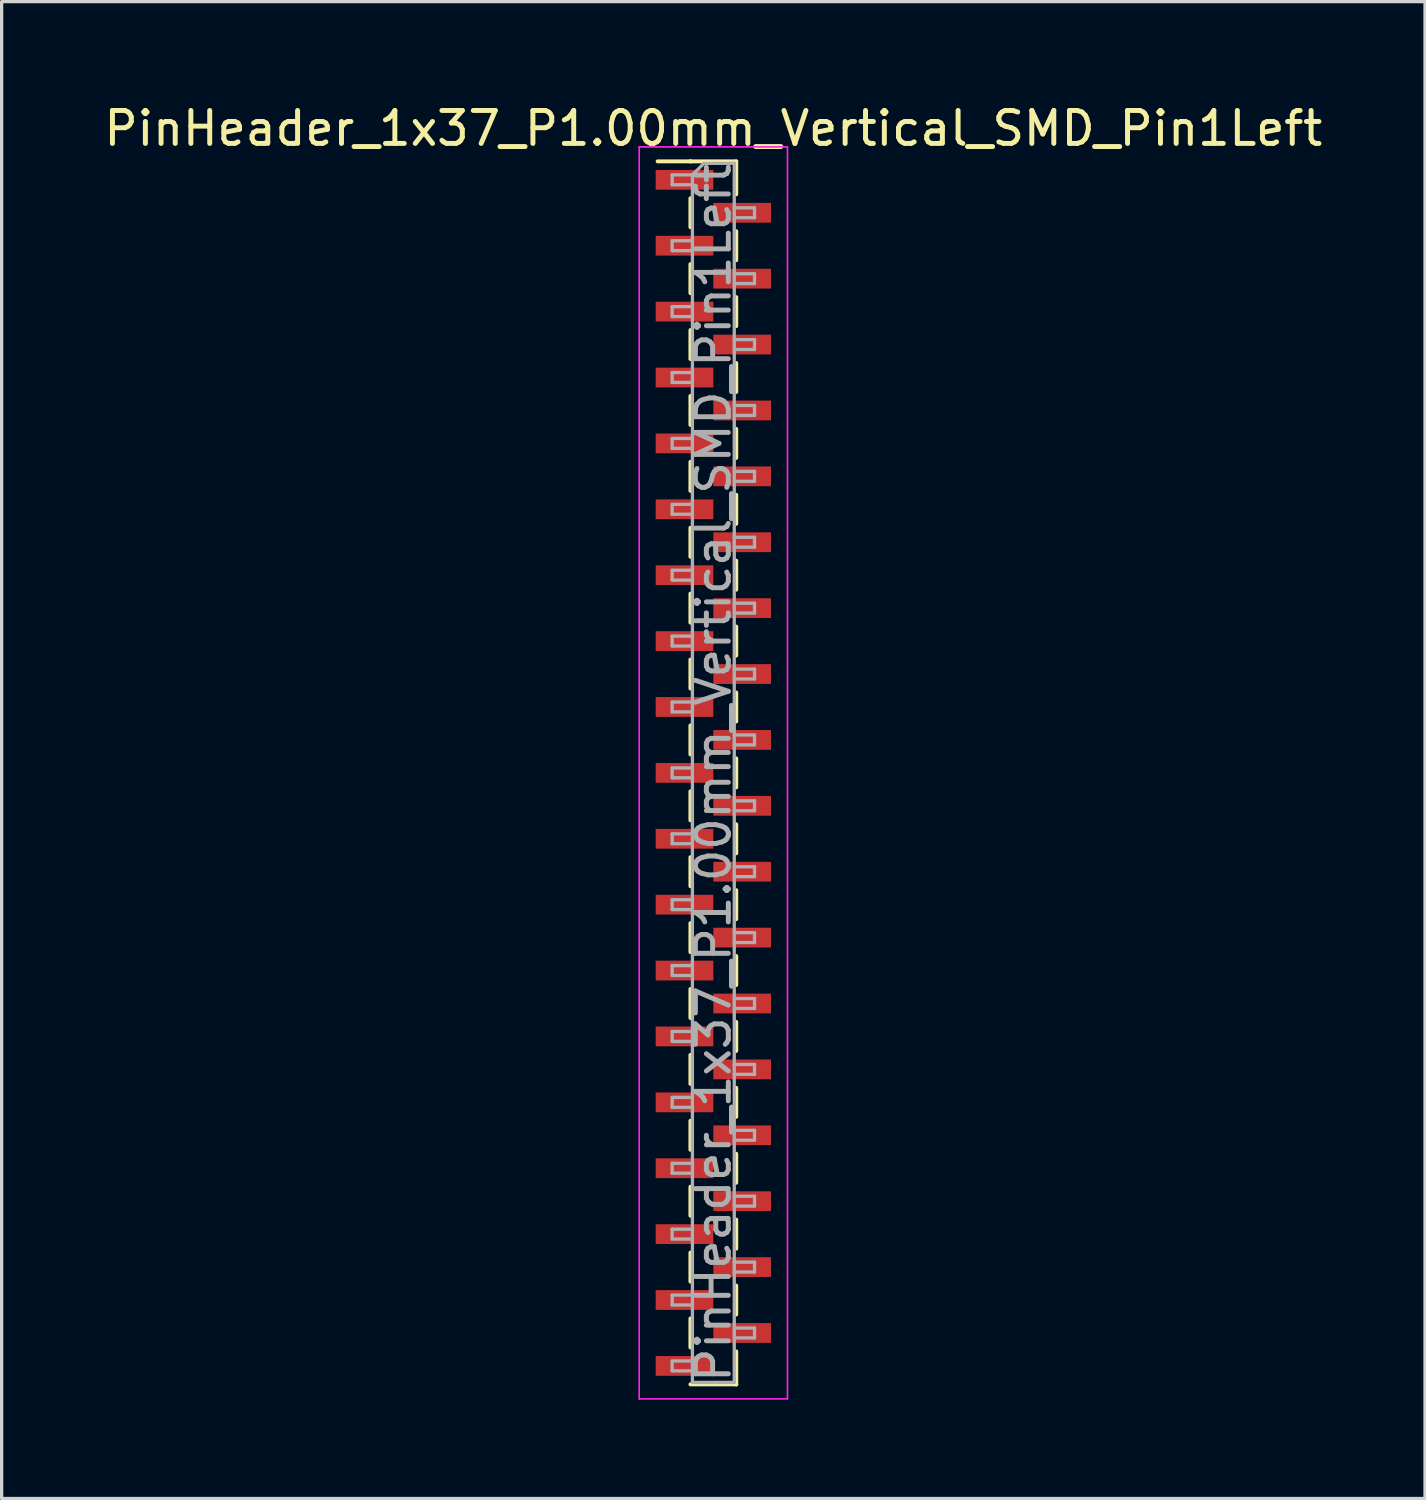
<source format=kicad_pcb>
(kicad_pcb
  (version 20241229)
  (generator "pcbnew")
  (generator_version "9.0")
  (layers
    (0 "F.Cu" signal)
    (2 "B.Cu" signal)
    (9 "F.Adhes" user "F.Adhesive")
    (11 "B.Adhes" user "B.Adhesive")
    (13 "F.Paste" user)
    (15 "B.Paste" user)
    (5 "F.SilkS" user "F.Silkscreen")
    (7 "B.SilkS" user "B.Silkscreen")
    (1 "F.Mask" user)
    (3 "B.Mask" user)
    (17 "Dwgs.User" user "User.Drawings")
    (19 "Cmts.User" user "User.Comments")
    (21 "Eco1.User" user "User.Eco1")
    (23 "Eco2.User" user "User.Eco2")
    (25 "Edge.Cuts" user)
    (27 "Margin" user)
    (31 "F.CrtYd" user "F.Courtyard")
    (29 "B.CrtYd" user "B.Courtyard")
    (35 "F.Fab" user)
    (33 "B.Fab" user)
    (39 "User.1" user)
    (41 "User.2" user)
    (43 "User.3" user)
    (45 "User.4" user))
  (footprint "PinHeader_1x37_P1.00mm_Vertical_SMD_Pin1Left"
    (layer "F.Cu")
    (at 18.601 20.408)
    (property "Reference" "PinHeader_1x37_P1.00mm_Vertical_SMD_Pin1Left" (at 0 -19.56 0) (layer "F.SilkS") (effects (font (size 1 1) (thickness 0.15))))
    (attr smd)
    (fp_line (start -0.695 -18.56) (end -1.69 -18.56) (stroke (width 0.12) (type solid)) (layer "F.SilkS"))
    (fp_line (start -0.695 -18.56) (end -0.695 -18.56) (stroke (width 0.12) (type solid)) (layer "F.SilkS"))
    (fp_line (start -0.695 -18.56) (end 0.695 -18.56) (stroke (width 0.12) (type solid)) (layer "F.SilkS"))
    (fp_line (start -0.695 -17.44) (end -0.695 -16.56) (stroke (width 0.12) (type solid)) (layer "F.SilkS"))
    (fp_line (start -0.695 -15.44) (end -0.695 -14.56) (stroke (width 0.12) (type solid)) (layer "F.SilkS"))
    (fp_line (start -0.695 -13.44) (end -0.695 -12.56) (stroke (width 0.12) (type solid)) (layer "F.SilkS"))
    (fp_line (start -0.695 -11.44) (end -0.695 -10.56) (stroke (width 0.12) (type solid)) (layer "F.SilkS"))
    (fp_line (start -0.695 -9.44) (end -0.695 -8.56) (stroke (width 0.12) (type solid)) (layer "F.SilkS"))
    (fp_line (start -0.695 -7.44) (end -0.695 -6.56) (stroke (width 0.12) (type solid)) (layer "F.SilkS"))
    (fp_line (start -0.695 -5.44) (end -0.695 -4.56) (stroke (width 0.12) (type solid)) (layer "F.SilkS"))
    (fp_line (start -0.695 -3.44) (end -0.695 -2.56) (stroke (width 0.12) (type solid)) (layer "F.SilkS"))
    (fp_line (start -0.695 -1.44) (end -0.695 -0.56) (stroke (width 0.12) (type solid)) (layer "F.SilkS"))
    (fp_line (start -0.695 0.56) (end -0.695 1.44) (stroke (width 0.12) (type solid)) (layer "F.SilkS"))
    (fp_line (start -0.695 2.56) (end -0.695 3.44) (stroke (width 0.12) (type solid)) (layer "F.SilkS"))
    (fp_line (start -0.695 4.56) (end -0.695 5.44) (stroke (width 0.12) (type solid)) (layer "F.SilkS"))
    (fp_line (start -0.695 6.56) (end -0.695 7.44) (stroke (width 0.12) (type solid)) (layer "F.SilkS"))
    (fp_line (start -0.695 8.56) (end -0.695 9.44) (stroke (width 0.12) (type solid)) (layer "F.SilkS"))
    (fp_line (start -0.695 10.56) (end -0.695 11.44) (stroke (width 0.12) (type solid)) (layer "F.SilkS"))
    (fp_line (start -0.695 12.56) (end -0.695 13.44) (stroke (width 0.12) (type solid)) (layer "F.SilkS"))
    (fp_line (start -0.695 14.56) (end -0.695 15.44) (stroke (width 0.12) (type solid)) (layer "F.SilkS"))
    (fp_line (start -0.695 16.56) (end -0.695 17.44) (stroke (width 0.12) (type solid)) (layer "F.SilkS"))
    (fp_line (start -0.695 18.56) (end 0.695 18.56) (stroke (width 0.12) (type solid)) (layer "F.SilkS"))
    (fp_line (start 0.695 -18.56) (end 0.695 -17.56) (stroke (width 0.12) (type solid)) (layer "F.SilkS"))
    (fp_line (start 0.695 -16.44) (end 0.695 -15.56) (stroke (width 0.12) (type solid)) (layer "F.SilkS"))
    (fp_line (start 0.695 -14.44) (end 0.695 -13.56) (stroke (width 0.12) (type solid)) (layer "F.SilkS"))
    (fp_line (start 0.695 -12.44) (end 0.695 -11.56) (stroke (width 0.12) (type solid)) (layer "F.SilkS"))
    (fp_line (start 0.695 -10.44) (end 0.695 -9.56) (stroke (width 0.12) (type solid)) (layer "F.SilkS"))
    (fp_line (start 0.695 -8.44) (end 0.695 -7.56) (stroke (width 0.12) (type solid)) (layer "F.SilkS"))
    (fp_line (start 0.695 -6.44) (end 0.695 -5.56) (stroke (width 0.12) (type solid)) (layer "F.SilkS"))
    (fp_line (start 0.695 -4.44) (end 0.695 -3.56) (stroke (width 0.12) (type solid)) (layer "F.SilkS"))
    (fp_line (start 0.695 -2.44) (end 0.695 -1.56) (stroke (width 0.12) (type solid)) (layer "F.SilkS"))
    (fp_line (start 0.695 -0.44) (end 0.695 0.44) (stroke (width 0.12) (type solid)) (layer "F.SilkS"))
    (fp_line (start 0.695 1.56) (end 0.695 2.44) (stroke (width 0.12) (type solid)) (layer "F.SilkS"))
    (fp_line (start 0.695 3.56) (end 0.695 4.44) (stroke (width 0.12) (type solid)) (layer "F.SilkS"))
    (fp_line (start 0.695 5.56) (end 0.695 6.44) (stroke (width 0.12) (type solid)) (layer "F.SilkS"))
    (fp_line (start 0.695 7.56) (end 0.695 8.44) (stroke (width 0.12) (type solid)) (layer "F.SilkS"))
    (fp_line (start 0.695 9.56) (end 0.695 10.44) (stroke (width 0.12) (type solid)) (layer "F.SilkS"))
    (fp_line (start 0.695 11.56) (end 0.695 12.44) (stroke (width 0.12) (type solid)) (layer "F.SilkS"))
    (fp_line (start 0.695 13.56) (end 0.695 14.44) (stroke (width 0.12) (type solid)) (layer "F.SilkS"))
    (fp_line (start 0.695 15.56) (end 0.695 16.44) (stroke (width 0.12) (type solid)) (layer "F.SilkS"))
    (fp_line (start 0.695 17.56) (end 0.695 18.56) (stroke (width 0.12) (type solid)) (layer "F.SilkS"))
    (fp_line (start 0.695 18.56) (end 0.695 18.56) (stroke (width 0.12) (type solid)) (layer "F.SilkS"))
    (fp_line (start -2.25 -19) (end -2.25 19) (stroke (width 0.05) (type solid)) (layer "F.CrtYd"))
    (fp_line (start -2.25 19) (end 2.25 19) (stroke (width 0.05) (type solid)) (layer "F.CrtYd"))
    (fp_line (start 2.25 -19) (end -2.25 -19) (stroke (width 0.05) (type solid)) (layer "F.CrtYd"))
    (fp_line (start 2.25 19) (end 2.25 -19) (stroke (width 0.05) (type solid)) (layer "F.CrtYd"))
    (fp_line (start -1.25 -18.15) (end -1.25 -17.85) (stroke (width 0.1) (type solid)) (layer "F.Fab"))
    (fp_line (start -1.25 -17.85) (end -0.635 -17.85) (stroke (width 0.1) (type solid)) (layer "F.Fab"))
    (fp_line (start -1.25 -16.15) (end -1.25 -15.85) (stroke (width 0.1) (type solid)) (layer "F.Fab"))
    (fp_line (start -1.25 -15.85) (end -0.635 -15.85) (stroke (width 0.1) (type solid)) (layer "F.Fab"))
    (fp_line (start -1.25 -14.15) (end -1.25 -13.85) (stroke (width 0.1) (type solid)) (layer "F.Fab"))
    (fp_line (start -1.25 -13.85) (end -0.635 -13.85) (stroke (width 0.1) (type solid)) (layer "F.Fab"))
    (fp_line (start -1.25 -12.15) (end -1.25 -11.85) (stroke (width 0.1) (type solid)) (layer "F.Fab"))
    (fp_line (start -1.25 -11.85) (end -0.635 -11.85) (stroke (width 0.1) (type solid)) (layer "F.Fab"))
    (fp_line (start -1.25 -10.15) (end -1.25 -9.85) (stroke (width 0.1) (type solid)) (layer "F.Fab"))
    (fp_line (start -1.25 -9.85) (end -0.635 -9.85) (stroke (width 0.1) (type solid)) (layer "F.Fab"))
    (fp_line (start -1.25 -8.15) (end -1.25 -7.85) (stroke (width 0.1) (type solid)) (layer "F.Fab"))
    (fp_line (start -1.25 -7.85) (end -0.635 -7.85) (stroke (width 0.1) (type solid)) (layer "F.Fab"))
    (fp_line (start -1.25 -6.15) (end -1.25 -5.85) (stroke (width 0.1) (type solid)) (layer "F.Fab"))
    (fp_line (start -1.25 -5.85) (end -0.635 -5.85) (stroke (width 0.1) (type solid)) (layer "F.Fab"))
    (fp_line (start -1.25 -4.15) (end -1.25 -3.85) (stroke (width 0.1) (type solid)) (layer "F.Fab"))
    (fp_line (start -1.25 -3.85) (end -0.635 -3.85) (stroke (width 0.1) (type solid)) (layer "F.Fab"))
    (fp_line (start -1.25 -2.15) (end -1.25 -1.85) (stroke (width 0.1) (type solid)) (layer "F.Fab"))
    (fp_line (start -1.25 -1.85) (end -0.635 -1.85) (stroke (width 0.1) (type solid)) (layer "F.Fab"))
    (fp_line (start -1.25 -0.15) (end -1.25 0.15) (stroke (width 0.1) (type solid)) (layer "F.Fab"))
    (fp_line (start -1.25 0.15) (end -0.635 0.15) (stroke (width 0.1) (type solid)) (layer "F.Fab"))
    (fp_line (start -1.25 1.85) (end -1.25 2.15) (stroke (width 0.1) (type solid)) (layer "F.Fab"))
    (fp_line (start -1.25 2.15) (end -0.635 2.15) (stroke (width 0.1) (type solid)) (layer "F.Fab"))
    (fp_line (start -1.25 3.85) (end -1.25 4.15) (stroke (width 0.1) (type solid)) (layer "F.Fab"))
    (fp_line (start -1.25 4.15) (end -0.635 4.15) (stroke (width 0.1) (type solid)) (layer "F.Fab"))
    (fp_line (start -1.25 5.85) (end -1.25 6.15) (stroke (width 0.1) (type solid)) (layer "F.Fab"))
    (fp_line (start -1.25 6.15) (end -0.635 6.15) (stroke (width 0.1) (type solid)) (layer "F.Fab"))
    (fp_line (start -1.25 7.85) (end -1.25 8.15) (stroke (width 0.1) (type solid)) (layer "F.Fab"))
    (fp_line (start -1.25 8.15) (end -0.635 8.15) (stroke (width 0.1) (type solid)) (layer "F.Fab"))
    (fp_line (start -1.25 9.85) (end -1.25 10.15) (stroke (width 0.1) (type solid)) (layer "F.Fab"))
    (fp_line (start -1.25 10.15) (end -0.635 10.15) (stroke (width 0.1) (type solid)) (layer "F.Fab"))
    (fp_line (start -1.25 11.85) (end -1.25 12.15) (stroke (width 0.1) (type solid)) (layer "F.Fab"))
    (fp_line (start -1.25 12.15) (end -0.635 12.15) (stroke (width 0.1) (type solid)) (layer "F.Fab"))
    (fp_line (start -1.25 13.85) (end -1.25 14.15) (stroke (width 0.1) (type solid)) (layer "F.Fab"))
    (fp_line (start -1.25 14.15) (end -0.635 14.15) (stroke (width 0.1) (type solid)) (layer "F.Fab"))
    (fp_line (start -1.25 15.85) (end -1.25 16.15) (stroke (width 0.1) (type solid)) (layer "F.Fab"))
    (fp_line (start -1.25 16.15) (end -0.635 16.15) (stroke (width 0.1) (type solid)) (layer "F.Fab"))
    (fp_line (start -1.25 17.85) (end -1.25 18.15) (stroke (width 0.1) (type solid)) (layer "F.Fab"))
    (fp_line (start -1.25 18.15) (end -0.635 18.15) (stroke (width 0.1) (type solid)) (layer "F.Fab"))
    (fp_line (start -0.635 -18.15) (end -1.25 -18.15) (stroke (width 0.1) (type solid)) (layer "F.Fab"))
    (fp_line (start -0.635 -18.15) (end -0.285 -18.5) (stroke (width 0.1) (type solid)) (layer "F.Fab"))
    (fp_line (start -0.635 -16.15) (end -1.25 -16.15) (stroke (width 0.1) (type solid)) (layer "F.Fab"))
    (fp_line (start -0.635 -14.15) (end -1.25 -14.15) (stroke (width 0.1) (type solid)) (layer "F.Fab"))
    (fp_line (start -0.635 -12.15) (end -1.25 -12.15) (stroke (width 0.1) (type solid)) (layer "F.Fab"))
    (fp_line (start -0.635 -10.15) (end -1.25 -10.15) (stroke (width 0.1) (type solid)) (layer "F.Fab"))
    (fp_line (start -0.635 -8.15) (end -1.25 -8.15) (stroke (width 0.1) (type solid)) (layer "F.Fab"))
    (fp_line (start -0.635 -6.15) (end -1.25 -6.15) (stroke (width 0.1) (type solid)) (layer "F.Fab"))
    (fp_line (start -0.635 -4.15) (end -1.25 -4.15) (stroke (width 0.1) (type solid)) (layer "F.Fab"))
    (fp_line (start -0.635 -2.15) (end -1.25 -2.15) (stroke (width 0.1) (type solid)) (layer "F.Fab"))
    (fp_line (start -0.635 -0.15) (end -1.25 -0.15) (stroke (width 0.1) (type solid)) (layer "F.Fab"))
    (fp_line (start -0.635 1.85) (end -1.25 1.85) (stroke (width 0.1) (type solid)) (layer "F.Fab"))
    (fp_line (start -0.635 3.85) (end -1.25 3.85) (stroke (width 0.1) (type solid)) (layer "F.Fab"))
    (fp_line (start -0.635 5.85) (end -1.25 5.85) (stroke (width 0.1) (type solid)) (layer "F.Fab"))
    (fp_line (start -0.635 7.85) (end -1.25 7.85) (stroke (width 0.1) (type solid)) (layer "F.Fab"))
    (fp_line (start -0.635 9.85) (end -1.25 9.85) (stroke (width 0.1) (type solid)) (layer "F.Fab"))
    (fp_line (start -0.635 11.85) (end -1.25 11.85) (stroke (width 0.1) (type solid)) (layer "F.Fab"))
    (fp_line (start -0.635 13.85) (end -1.25 13.85) (stroke (width 0.1) (type solid)) (layer "F.Fab"))
    (fp_line (start -0.635 15.85) (end -1.25 15.85) (stroke (width 0.1) (type solid)) (layer "F.Fab"))
    (fp_line (start -0.635 17.85) (end -1.25 17.85) (stroke (width 0.1) (type solid)) (layer "F.Fab"))
    (fp_line (start -0.635 18.5) (end -0.635 -18.15) (stroke (width 0.1) (type solid)) (layer "F.Fab"))
    (fp_line (start -0.285 -18.5) (end 0.635 -18.5) (stroke (width 0.1) (type solid)) (layer "F.Fab"))
    (fp_line (start 0.635 -18.5) (end 0.635 18.5) (stroke (width 0.1) (type solid)) (layer "F.Fab"))
    (fp_line (start 0.635 -17.15) (end 1.25 -17.15) (stroke (width 0.1) (type solid)) (layer "F.Fab"))
    (fp_line (start 0.635 -15.15) (end 1.25 -15.15) (stroke (width 0.1) (type solid)) (layer "F.Fab"))
    (fp_line (start 0.635 -13.15) (end 1.25 -13.15) (stroke (width 0.1) (type solid)) (layer "F.Fab"))
    (fp_line (start 0.635 -11.15) (end 1.25 -11.15) (stroke (width 0.1) (type solid)) (layer "F.Fab"))
    (fp_line (start 0.635 -9.15) (end 1.25 -9.15) (stroke (width 0.1) (type solid)) (layer "F.Fab"))
    (fp_line (start 0.635 -7.15) (end 1.25 -7.15) (stroke (width 0.1) (type solid)) (layer "F.Fab"))
    (fp_line (start 0.635 -5.15) (end 1.25 -5.15) (stroke (width 0.1) (type solid)) (layer "F.Fab"))
    (fp_line (start 0.635 -3.15) (end 1.25 -3.15) (stroke (width 0.1) (type solid)) (layer "F.Fab"))
    (fp_line (start 0.635 -1.15) (end 1.25 -1.15) (stroke (width 0.1) (type solid)) (layer "F.Fab"))
    (fp_line (start 0.635 0.85) (end 1.25 0.85) (stroke (width 0.1) (type solid)) (layer "F.Fab"))
    (fp_line (start 0.635 2.85) (end 1.25 2.85) (stroke (width 0.1) (type solid)) (layer "F.Fab"))
    (fp_line (start 0.635 4.85) (end 1.25 4.85) (stroke (width 0.1) (type solid)) (layer "F.Fab"))
    (fp_line (start 0.635 6.85) (end 1.25 6.85) (stroke (width 0.1) (type solid)) (layer "F.Fab"))
    (fp_line (start 0.635 8.85) (end 1.25 8.85) (stroke (width 0.1) (type solid)) (layer "F.Fab"))
    (fp_line (start 0.635 10.85) (end 1.25 10.85) (stroke (width 0.1) (type solid)) (layer "F.Fab"))
    (fp_line (start 0.635 12.85) (end 1.25 12.85) (stroke (width 0.1) (type solid)) (layer "F.Fab"))
    (fp_line (start 0.635 14.85) (end 1.25 14.85) (stroke (width 0.1) (type solid)) (layer "F.Fab"))
    (fp_line (start 0.635 16.85) (end 1.25 16.85) (stroke (width 0.1) (type solid)) (layer "F.Fab"))
    (fp_line (start 0.635 18.5) (end -0.635 18.5) (stroke (width 0.1) (type solid)) (layer "F.Fab"))
    (fp_line (start 1.25 -17.15) (end 1.25 -16.85) (stroke (width 0.1) (type solid)) (layer "F.Fab"))
    (fp_line (start 1.25 -16.85) (end 0.635 -16.85) (stroke (width 0.1) (type solid)) (layer "F.Fab"))
    (fp_line (start 1.25 -15.15) (end 1.25 -14.85) (stroke (width 0.1) (type solid)) (layer "F.Fab"))
    (fp_line (start 1.25 -14.85) (end 0.635 -14.85) (stroke (width 0.1) (type solid)) (layer "F.Fab"))
    (fp_line (start 1.25 -13.15) (end 1.25 -12.85) (stroke (width 0.1) (type solid)) (layer "F.Fab"))
    (fp_line (start 1.25 -12.85) (end 0.635 -12.85) (stroke (width 0.1) (type solid)) (layer "F.Fab"))
    (fp_line (start 1.25 -11.15) (end 1.25 -10.85) (stroke (width 0.1) (type solid)) (layer "F.Fab"))
    (fp_line (start 1.25 -10.85) (end 0.635 -10.85) (stroke (width 0.1) (type solid)) (layer "F.Fab"))
    (fp_line (start 1.25 -9.15) (end 1.25 -8.85) (stroke (width 0.1) (type solid)) (layer "F.Fab"))
    (fp_line (start 1.25 -8.85) (end 0.635 -8.85) (stroke (width 0.1) (type solid)) (layer "F.Fab"))
    (fp_line (start 1.25 -7.15) (end 1.25 -6.85) (stroke (width 0.1) (type solid)) (layer "F.Fab"))
    (fp_line (start 1.25 -6.85) (end 0.635 -6.85) (stroke (width 0.1) (type solid)) (layer "F.Fab"))
    (fp_line (start 1.25 -5.15) (end 1.25 -4.85) (stroke (width 0.1) (type solid)) (layer "F.Fab"))
    (fp_line (start 1.25 -4.85) (end 0.635 -4.85) (stroke (width 0.1) (type solid)) (layer "F.Fab"))
    (fp_line (start 1.25 -3.15) (end 1.25 -2.85) (stroke (width 0.1) (type solid)) (layer "F.Fab"))
    (fp_line (start 1.25 -2.85) (end 0.635 -2.85) (stroke (width 0.1) (type solid)) (layer "F.Fab"))
    (fp_line (start 1.25 -1.15) (end 1.25 -0.85) (stroke (width 0.1) (type solid)) (layer "F.Fab"))
    (fp_line (start 1.25 -0.85) (end 0.635 -0.85) (stroke (width 0.1) (type solid)) (layer "F.Fab"))
    (fp_line (start 1.25 0.85) (end 1.25 1.15) (stroke (width 0.1) (type solid)) (layer "F.Fab"))
    (fp_line (start 1.25 1.15) (end 0.635 1.15) (stroke (width 0.1) (type solid)) (layer "F.Fab"))
    (fp_line (start 1.25 2.85) (end 1.25 3.15) (stroke (width 0.1) (type solid)) (layer "F.Fab"))
    (fp_line (start 1.25 3.15) (end 0.635 3.15) (stroke (width 0.1) (type solid)) (layer "F.Fab"))
    (fp_line (start 1.25 4.85) (end 1.25 5.15) (stroke (width 0.1) (type solid)) (layer "F.Fab"))
    (fp_line (start 1.25 5.15) (end 0.635 5.15) (stroke (width 0.1) (type solid)) (layer "F.Fab"))
    (fp_line (start 1.25 6.85) (end 1.25 7.15) (stroke (width 0.1) (type solid)) (layer "F.Fab"))
    (fp_line (start 1.25 7.15) (end 0.635 7.15) (stroke (width 0.1) (type solid)) (layer "F.Fab"))
    (fp_line (start 1.25 8.85) (end 1.25 9.15) (stroke (width 0.1) (type solid)) (layer "F.Fab"))
    (fp_line (start 1.25 9.15) (end 0.635 9.15) (stroke (width 0.1) (type solid)) (layer "F.Fab"))
    (fp_line (start 1.25 10.85) (end 1.25 11.15) (stroke (width 0.1) (type solid)) (layer "F.Fab"))
    (fp_line (start 1.25 11.15) (end 0.635 11.15) (stroke (width 0.1) (type solid)) (layer "F.Fab"))
    (fp_line (start 1.25 12.85) (end 1.25 13.15) (stroke (width 0.1) (type solid)) (layer "F.Fab"))
    (fp_line (start 1.25 13.15) (end 0.635 13.15) (stroke (width 0.1) (type solid)) (layer "F.Fab"))
    (fp_line (start 1.25 14.85) (end 1.25 15.15) (stroke (width 0.1) (type solid)) (layer "F.Fab"))
    (fp_line (start 1.25 15.15) (end 0.635 15.15) (stroke (width 0.1) (type solid)) (layer "F.Fab"))
    (fp_line (start 1.25 16.85) (end 1.25 17.15) (stroke (width 0.1) (type solid)) (layer "F.Fab"))
    (fp_line (start 1.25 17.15) (end 0.635 17.15) (stroke (width 0.1) (type solid)) (layer "F.Fab"))
    (fp_text user "${REFERENCE}" (at 0 0 90) (layer "F.Fab") (effects (font (size 1 1) (thickness 0.15))))
    (pad "1" smd rect (at -0.875 -18) (size 1.75 0.6) (layers "F.Cu" "F.Mask" "F.Paste"))
    (pad "2" smd rect (at 0.875 -17) (size 1.75 0.6) (layers "F.Cu" "F.Mask" "F.Paste"))
    (pad "3" smd rect (at -0.875 -16) (size 1.75 0.6) (layers "F.Cu" "F.Mask" "F.Paste"))
    (pad "4" smd rect (at 0.875 -15) (size 1.75 0.6) (layers "F.Cu" "F.Mask" "F.Paste"))
    (pad "5" smd rect (at -0.875 -14) (size 1.75 0.6) (layers "F.Cu" "F.Mask" "F.Paste"))
    (pad "6" smd rect (at 0.875 -13) (size 1.75 0.6) (layers "F.Cu" "F.Mask" "F.Paste"))
    (pad "7" smd rect (at -0.875 -12) (size 1.75 0.6) (layers "F.Cu" "F.Mask" "F.Paste"))
    (pad "8" smd rect (at 0.875 -11) (size 1.75 0.6) (layers "F.Cu" "F.Mask" "F.Paste"))
    (pad "9" smd rect (at -0.875 -10) (size 1.75 0.6) (layers "F.Cu" "F.Mask" "F.Paste"))
    (pad "10" smd rect (at 0.875 -9) (size 1.75 0.6) (layers "F.Cu" "F.Mask" "F.Paste"))
    (pad "11" smd rect (at -0.875 -8) (size 1.75 0.6) (layers "F.Cu" "F.Mask" "F.Paste"))
    (pad "12" smd rect (at 0.875 -7) (size 1.75 0.6) (layers "F.Cu" "F.Mask" "F.Paste"))
    (pad "13" smd rect (at -0.875 -6) (size 1.75 0.6) (layers "F.Cu" "F.Mask" "F.Paste"))
    (pad "14" smd rect (at 0.875 -5) (size 1.75 0.6) (layers "F.Cu" "F.Mask" "F.Paste"))
    (pad "15" smd rect (at -0.875 -4) (size 1.75 0.6) (layers "F.Cu" "F.Mask" "F.Paste"))
    (pad "16" smd rect (at 0.875 -3) (size 1.75 0.6) (layers "F.Cu" "F.Mask" "F.Paste"))
    (pad "17" smd rect (at -0.875 -2) (size 1.75 0.6) (layers "F.Cu" "F.Mask" "F.Paste"))
    (pad "18" smd rect (at 0.875 -1) (size 1.75 0.6) (layers "F.Cu" "F.Mask" "F.Paste"))
    (pad "19" smd rect (at -0.875 0) (size 1.75 0.6) (layers "F.Cu" "F.Mask" "F.Paste"))
    (pad "20" smd rect (at 0.875 1) (size 1.75 0.6) (layers "F.Cu" "F.Mask" "F.Paste"))
    (pad "21" smd rect (at -0.875 2) (size 1.75 0.6) (layers "F.Cu" "F.Mask" "F.Paste"))
    (pad "22" smd rect (at 0.875 3) (size 1.75 0.6) (layers "F.Cu" "F.Mask" "F.Paste"))
    (pad "23" smd rect (at -0.875 4) (size 1.75 0.6) (layers "F.Cu" "F.Mask" "F.Paste"))
    (pad "24" smd rect (at 0.875 5) (size 1.75 0.6) (layers "F.Cu" "F.Mask" "F.Paste"))
    (pad "25" smd rect (at -0.875 6) (size 1.75 0.6) (layers "F.Cu" "F.Mask" "F.Paste"))
    (pad "26" smd rect (at 0.875 7) (size 1.75 0.6) (layers "F.Cu" "F.Mask" "F.Paste"))
    (pad "27" smd rect (at -0.875 8) (size 1.75 0.6) (layers "F.Cu" "F.Mask" "F.Paste"))
    (pad "28" smd rect (at 0.875 9) (size 1.75 0.6) (layers "F.Cu" "F.Mask" "F.Paste"))
    (pad "29" smd rect (at -0.875 10) (size 1.75 0.6) (layers "F.Cu" "F.Mask" "F.Paste"))
    (pad "30" smd rect (at 0.875 11) (size 1.75 0.6) (layers "F.Cu" "F.Mask" "F.Paste"))
    (pad "31" smd rect (at -0.875 12) (size 1.75 0.6) (layers "F.Cu" "F.Mask" "F.Paste"))
    (pad "32" smd rect (at 0.875 13) (size 1.75 0.6) (layers "F.Cu" "F.Mask" "F.Paste"))
    (pad "33" smd rect (at -0.875 14) (size 1.75 0.6) (layers "F.Cu" "F.Mask" "F.Paste"))
    (pad "34" smd rect (at 0.875 15) (size 1.75 0.6) (layers "F.Cu" "F.Mask" "F.Paste"))
    (pad "35" smd rect (at -0.875 16) (size 1.75 0.6) (layers "F.Cu" "F.Mask" "F.Paste"))
    (pad "36" smd rect (at 0.875 17) (size 1.75 0.6) (layers "F.Cu" "F.Mask" "F.Paste"))
    (pad "37" smd rect (at -0.875 18) (size 1.75 0.6) (layers "F.Cu" "F.Mask" "F.Paste")))
  (gr_rect
    (start -3 -3)
    (end 40.202 42.433)
    (stroke (width 0.1) (type default))
    (fill no)
    (layer "Edge.Cuts")))
</source>
